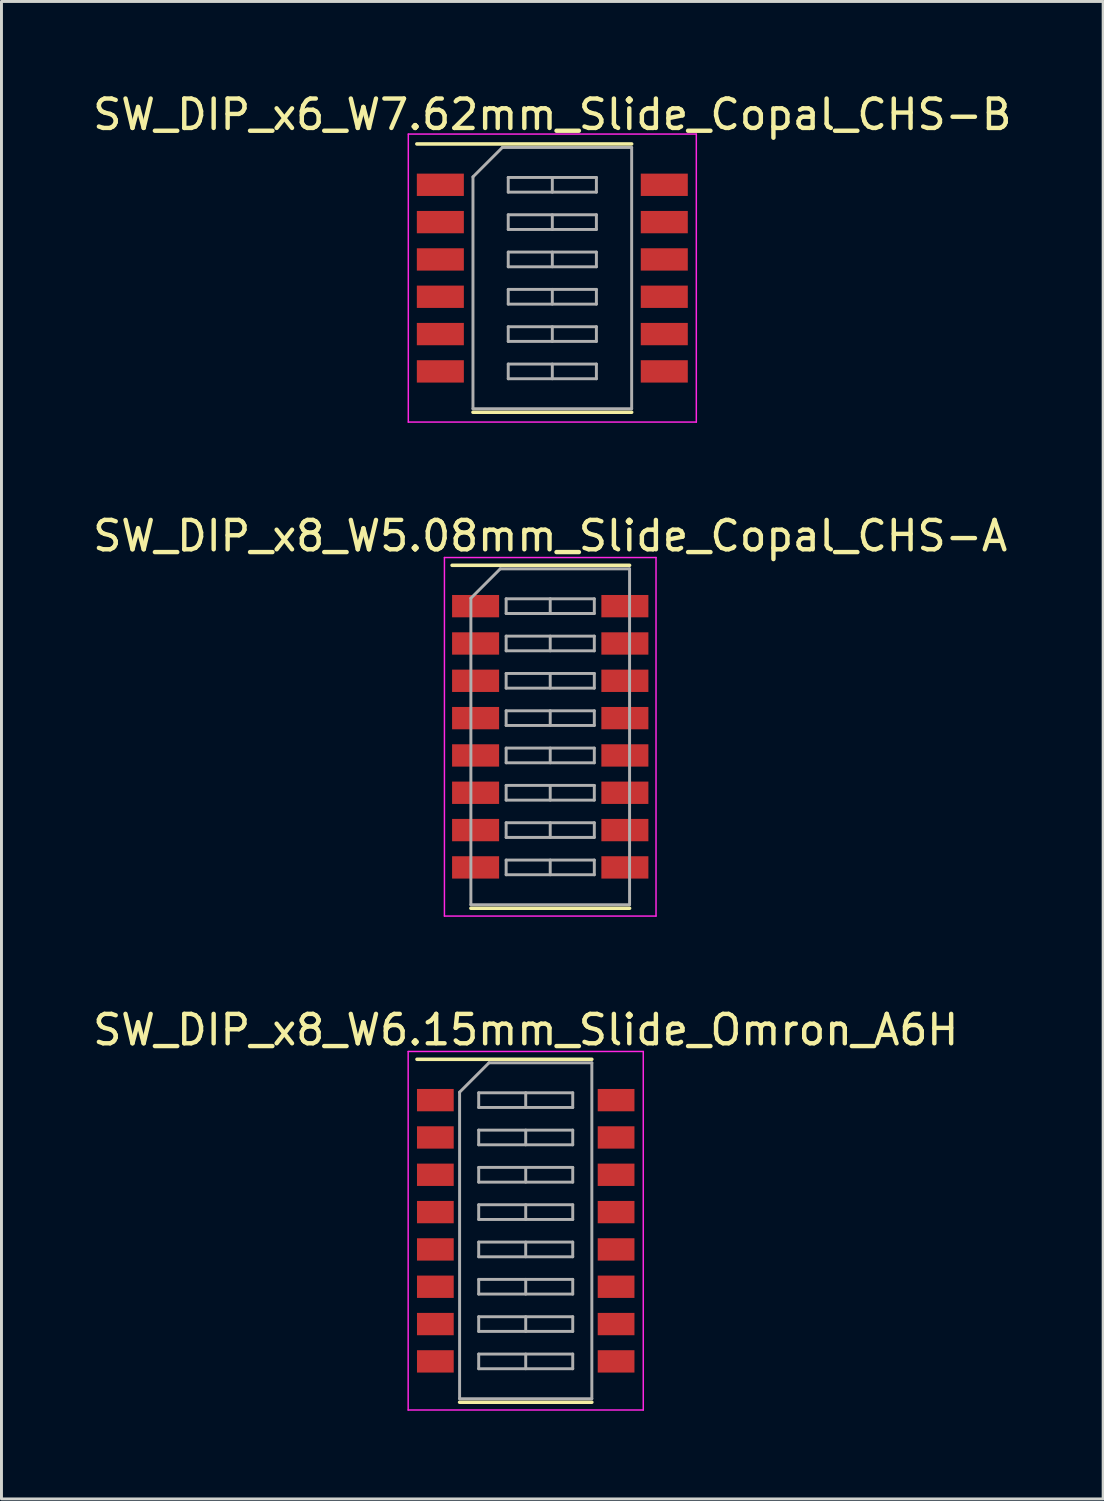
<source format=kicad_pcb>
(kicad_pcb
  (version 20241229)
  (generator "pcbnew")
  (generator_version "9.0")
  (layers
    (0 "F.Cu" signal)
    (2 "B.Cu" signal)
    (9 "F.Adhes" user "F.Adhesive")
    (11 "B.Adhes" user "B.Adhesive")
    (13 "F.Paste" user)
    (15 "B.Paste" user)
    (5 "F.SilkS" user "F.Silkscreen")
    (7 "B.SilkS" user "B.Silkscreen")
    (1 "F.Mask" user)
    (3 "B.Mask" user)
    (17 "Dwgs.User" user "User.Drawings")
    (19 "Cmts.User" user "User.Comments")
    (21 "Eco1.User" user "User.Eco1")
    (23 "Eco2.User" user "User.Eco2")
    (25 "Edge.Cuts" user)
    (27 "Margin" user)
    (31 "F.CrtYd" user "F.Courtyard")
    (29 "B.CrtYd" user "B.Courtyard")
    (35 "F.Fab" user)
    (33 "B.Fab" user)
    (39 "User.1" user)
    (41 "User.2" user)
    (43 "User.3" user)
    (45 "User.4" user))
  (footprint "SW_DIP_x8_W6.15mm_Slide_Omron_A6H"
    (layer "F.Cu")
    (at 14.839 38.83)
    (property "Reference" "SW_DIP_x8_W6.15mm_Slide_Omron_A6H" (at 0 -6.835 0) (layer "F.SilkS") (effects (font (size 1 1) (thickness 0.15))))
    (attr smd)
    (fp_line (start -3.7 -5.835) (end 2.25 -5.835) (stroke (width 0.12) (type solid)) (layer "F.SilkS"))
    (fp_line (start -2.25 5.835) (end 2.25 5.835) (stroke (width 0.12) (type solid)) (layer "F.SilkS"))
    (fp_line (start -4 -6.1) (end -4 6.1) (stroke (width 0.05) (type solid)) (layer "F.CrtYd"))
    (fp_line (start -4 6.1) (end 4 6.1) (stroke (width 0.05) (type solid)) (layer "F.CrtYd"))
    (fp_line (start 4 -6.1) (end -4 -6.1) (stroke (width 0.05) (type solid)) (layer "F.CrtYd"))
    (fp_line (start 4 6.1) (end 4 -6.1) (stroke (width 0.05) (type solid)) (layer "F.CrtYd"))
    (fp_line (start -2.25 -4.715) (end -1.25 -5.715) (stroke (width 0.1) (type solid)) (layer "F.Fab"))
    (fp_line (start -2.25 5.715) (end -2.25 -4.715) (stroke (width 0.1) (type solid)) (layer "F.Fab"))
    (fp_line (start -1.6 -4.695) (end -1.6 -4.195) (stroke (width 0.1) (type solid)) (layer "F.Fab"))
    (fp_line (start -1.6 -4.195) (end 1.6 -4.195) (stroke (width 0.1) (type solid)) (layer "F.Fab"))
    (fp_line (start -1.6 -3.425) (end -1.6 -2.925) (stroke (width 0.1) (type solid)) (layer "F.Fab"))
    (fp_line (start -1.6 -2.925) (end 1.6 -2.925) (stroke (width 0.1) (type solid)) (layer "F.Fab"))
    (fp_line (start -1.6 -2.155) (end -1.6 -1.655) (stroke (width 0.1) (type solid)) (layer "F.Fab"))
    (fp_line (start -1.6 -1.655) (end 1.6 -1.655) (stroke (width 0.1) (type solid)) (layer "F.Fab"))
    (fp_line (start -1.6 -0.885) (end -1.6 -0.385) (stroke (width 0.1) (type solid)) (layer "F.Fab"))
    (fp_line (start -1.6 -0.385) (end 1.6 -0.385) (stroke (width 0.1) (type solid)) (layer "F.Fab"))
    (fp_line (start -1.6 0.385) (end -1.6 0.885) (stroke (width 0.1) (type solid)) (layer "F.Fab"))
    (fp_line (start -1.6 0.885) (end 1.6 0.885) (stroke (width 0.1) (type solid)) (layer "F.Fab"))
    (fp_line (start -1.6 1.655) (end -1.6 2.155) (stroke (width 0.1) (type solid)) (layer "F.Fab"))
    (fp_line (start -1.6 2.155) (end 1.6 2.155) (stroke (width 0.1) (type solid)) (layer "F.Fab"))
    (fp_line (start -1.6 2.925) (end -1.6 3.425) (stroke (width 0.1) (type solid)) (layer "F.Fab"))
    (fp_line (start -1.6 3.425) (end 1.6 3.425) (stroke (width 0.1) (type solid)) (layer "F.Fab"))
    (fp_line (start -1.6 4.195) (end -1.6 4.695) (stroke (width 0.1) (type solid)) (layer "F.Fab"))
    (fp_line (start -1.6 4.695) (end 1.6 4.695) (stroke (width 0.1) (type solid)) (layer "F.Fab"))
    (fp_line (start -1.25 -5.715) (end 2.25 -5.715) (stroke (width 0.1) (type solid)) (layer "F.Fab"))
    (fp_line (start 0 -4.695) (end 0 -4.195) (stroke (width 0.1) (type solid)) (layer "F.Fab"))
    (fp_line (start 0 -3.425) (end 0 -2.925) (stroke (width 0.1) (type solid)) (layer "F.Fab"))
    (fp_line (start 0 -2.155) (end 0 -1.655) (stroke (width 0.1) (type solid)) (layer "F.Fab"))
    (fp_line (start 0 -0.885) (end 0 -0.385) (stroke (width 0.1) (type solid)) (layer "F.Fab"))
    (fp_line (start 0 0.385) (end 0 0.885) (stroke (width 0.1) (type solid)) (layer "F.Fab"))
    (fp_line (start 0 1.655) (end 0 2.155) (stroke (width 0.1) (type solid)) (layer "F.Fab"))
    (fp_line (start 0 2.925) (end 0 3.425) (stroke (width 0.1) (type solid)) (layer "F.Fab"))
    (fp_line (start 0 4.195) (end 0 4.695) (stroke (width 0.1) (type solid)) (layer "F.Fab"))
    (fp_line (start 1.6 -4.695) (end -1.6 -4.695) (stroke (width 0.1) (type solid)) (layer "F.Fab"))
    (fp_line (start 1.6 -4.195) (end 1.6 -4.695) (stroke (width 0.1) (type solid)) (layer "F.Fab"))
    (fp_line (start 1.6 -3.425) (end -1.6 -3.425) (stroke (width 0.1) (type solid)) (layer "F.Fab"))
    (fp_line (start 1.6 -2.925) (end 1.6 -3.425) (stroke (width 0.1) (type solid)) (layer "F.Fab"))
    (fp_line (start 1.6 -2.155) (end -1.6 -2.155) (stroke (width 0.1) (type solid)) (layer "F.Fab"))
    (fp_line (start 1.6 -1.655) (end 1.6 -2.155) (stroke (width 0.1) (type solid)) (layer "F.Fab"))
    (fp_line (start 1.6 -0.885) (end -1.6 -0.885) (stroke (width 0.1) (type solid)) (layer "F.Fab"))
    (fp_line (start 1.6 -0.385) (end 1.6 -0.885) (stroke (width 0.1) (type solid)) (layer "F.Fab"))
    (fp_line (start 1.6 0.385) (end -1.6 0.385) (stroke (width 0.1) (type solid)) (layer "F.Fab"))
    (fp_line (start 1.6 0.885) (end 1.6 0.385) (stroke (width 0.1) (type solid)) (layer "F.Fab"))
    (fp_line (start 1.6 1.655) (end -1.6 1.655) (stroke (width 0.1) (type solid)) (layer "F.Fab"))
    (fp_line (start 1.6 2.155) (end 1.6 1.655) (stroke (width 0.1) (type solid)) (layer "F.Fab"))
    (fp_line (start 1.6 2.925) (end -1.6 2.925) (stroke (width 0.1) (type solid)) (layer "F.Fab"))
    (fp_line (start 1.6 3.425) (end 1.6 2.925) (stroke (width 0.1) (type solid)) (layer "F.Fab"))
    (fp_line (start 1.6 4.195) (end -1.6 4.195) (stroke (width 0.1) (type solid)) (layer "F.Fab"))
    (fp_line (start 1.6 4.695) (end 1.6 4.195) (stroke (width 0.1) (type solid)) (layer "F.Fab"))
    (fp_line (start 2.25 -5.715) (end 2.25 5.715) (stroke (width 0.1) (type solid)) (layer "F.Fab"))
    (fp_line (start 2.25 5.715) (end -2.25 5.715) (stroke (width 0.1) (type solid)) (layer "F.Fab"))
    (pad "1" smd rect (at -3.075 -4.445) (size 1.25 0.76) (layers "F.Cu" "F.Mask"))
    (pad "2" smd rect (at -3.075 -3.175) (size 1.25 0.76) (layers "F.Cu" "F.Mask"))
    (pad "3" smd rect (at -3.075 -1.905) (size 1.25 0.76) (layers "F.Cu" "F.Mask"))
    (pad "4" smd rect (at -3.075 -0.635) (size 1.25 0.76) (layers "F.Cu" "F.Mask"))
    (pad "5" smd rect (at -3.075 0.635) (size 1.25 0.76) (layers "F.Cu" "F.Mask"))
    (pad "6" smd rect (at -3.075 1.905) (size 1.25 0.76) (layers "F.Cu" "F.Mask"))
    (pad "7" smd rect (at -3.075 3.175) (size 1.25 0.76) (layers "F.Cu" "F.Mask"))
    (pad "8" smd rect (at -3.075 4.445) (size 1.25 0.76) (layers "F.Cu" "F.Mask"))
    (pad "9" smd rect (at 3.075 4.445) (size 1.25 0.76) (layers "F.Cu" "F.Mask"))
    (pad "10" smd rect (at 3.075 3.175) (size 1.25 0.76) (layers "F.Cu" "F.Mask"))
    (pad "11" smd rect (at 3.075 1.905) (size 1.25 0.76) (layers "F.Cu" "F.Mask"))
    (pad "12" smd rect (at 3.075 0.635) (size 1.25 0.76) (layers "F.Cu" "F.Mask"))
    (pad "13" smd rect (at 3.075 -0.635) (size 1.25 0.76) (layers "F.Cu" "F.Mask"))
    (pad "14" smd rect (at 3.075 -1.905) (size 1.25 0.76) (layers "F.Cu" "F.Mask"))
    (pad "15" smd rect (at 3.075 -3.175) (size 1.25 0.76) (layers "F.Cu" "F.Mask"))
    (pad "16" smd rect (at 3.075 -4.445) (size 1.25 0.76) (layers "F.Cu" "F.Mask")))
  (footprint "SW_DIP_x8_W5.08mm_Slide_Copal_CHS-A"
    (layer "F.Cu")
    (at 15.673 22.021)
    (property "Reference" "SW_DIP_x8_W5.08mm_Slide_Copal_CHS-A" (at 0 -6.835 0) (layer "F.SilkS") (effects (font (size 1 1) (thickness 0.15))))
    (attr smd)
    (fp_line (start -3.34 -5.835) (end 2.7 -5.835) (stroke (width 0.12) (type solid)) (layer "F.SilkS"))
    (fp_line (start -2.7 5.835) (end 2.7 5.835) (stroke (width 0.12) (type solid)) (layer "F.SilkS"))
    (fp_line (start -3.6 -6.1) (end -3.6 6.1) (stroke (width 0.05) (type solid)) (layer "F.CrtYd"))
    (fp_line (start -3.6 6.1) (end 3.6 6.1) (stroke (width 0.05) (type solid)) (layer "F.CrtYd"))
    (fp_line (start 3.6 -6.1) (end -3.6 -6.1) (stroke (width 0.05) (type solid)) (layer "F.CrtYd"))
    (fp_line (start 3.6 6.1) (end 3.6 -6.1) (stroke (width 0.05) (type solid)) (layer "F.CrtYd"))
    (fp_line (start -2.7 -4.715) (end -1.7 -5.715) (stroke (width 0.1) (type solid)) (layer "F.Fab"))
    (fp_line (start -2.7 5.715) (end -2.7 -4.715) (stroke (width 0.1) (type solid)) (layer "F.Fab"))
    (fp_line (start -1.7 -5.715) (end 2.7 -5.715) (stroke (width 0.1) (type solid)) (layer "F.Fab"))
    (fp_line (start -1.5 -4.695) (end -1.5 -4.195) (stroke (width 0.1) (type solid)) (layer "F.Fab"))
    (fp_line (start -1.5 -4.195) (end 1.5 -4.195) (stroke (width 0.1) (type solid)) (layer "F.Fab"))
    (fp_line (start -1.5 -3.425) (end -1.5 -2.925) (stroke (width 0.1) (type solid)) (layer "F.Fab"))
    (fp_line (start -1.5 -2.925) (end 1.5 -2.925) (stroke (width 0.1) (type solid)) (layer "F.Fab"))
    (fp_line (start -1.5 -2.155) (end -1.5 -1.655) (stroke (width 0.1) (type solid)) (layer "F.Fab"))
    (fp_line (start -1.5 -1.655) (end 1.5 -1.655) (stroke (width 0.1) (type solid)) (layer "F.Fab"))
    (fp_line (start -1.5 -0.885) (end -1.5 -0.385) (stroke (width 0.1) (type solid)) (layer "F.Fab"))
    (fp_line (start -1.5 -0.385) (end 1.5 -0.385) (stroke (width 0.1) (type solid)) (layer "F.Fab"))
    (fp_line (start -1.5 0.385) (end -1.5 0.885) (stroke (width 0.1) (type solid)) (layer "F.Fab"))
    (fp_line (start -1.5 0.885) (end 1.5 0.885) (stroke (width 0.1) (type solid)) (layer "F.Fab"))
    (fp_line (start -1.5 1.655) (end -1.5 2.155) (stroke (width 0.1) (type solid)) (layer "F.Fab"))
    (fp_line (start -1.5 2.155) (end 1.5 2.155) (stroke (width 0.1) (type solid)) (layer "F.Fab"))
    (fp_line (start -1.5 2.925) (end -1.5 3.425) (stroke (width 0.1) (type solid)) (layer "F.Fab"))
    (fp_line (start -1.5 3.425) (end 1.5 3.425) (stroke (width 0.1) (type solid)) (layer "F.Fab"))
    (fp_line (start -1.5 4.195) (end -1.5 4.695) (stroke (width 0.1) (type solid)) (layer "F.Fab"))
    (fp_line (start -1.5 4.695) (end 1.5 4.695) (stroke (width 0.1) (type solid)) (layer "F.Fab"))
    (fp_line (start 0 -4.695) (end 0 -4.195) (stroke (width 0.1) (type solid)) (layer "F.Fab"))
    (fp_line (start 0 -3.425) (end 0 -2.925) (stroke (width 0.1) (type solid)) (layer "F.Fab"))
    (fp_line (start 0 -2.155) (end 0 -1.655) (stroke (width 0.1) (type solid)) (layer "F.Fab"))
    (fp_line (start 0 -0.885) (end 0 -0.385) (stroke (width 0.1) (type solid)) (layer "F.Fab"))
    (fp_line (start 0 0.385) (end 0 0.885) (stroke (width 0.1) (type solid)) (layer "F.Fab"))
    (fp_line (start 0 1.655) (end 0 2.155) (stroke (width 0.1) (type solid)) (layer "F.Fab"))
    (fp_line (start 0 2.925) (end 0 3.425) (stroke (width 0.1) (type solid)) (layer "F.Fab"))
    (fp_line (start 0 4.195) (end 0 4.695) (stroke (width 0.1) (type solid)) (layer "F.Fab"))
    (fp_line (start 1.5 -4.695) (end -1.5 -4.695) (stroke (width 0.1) (type solid)) (layer "F.Fab"))
    (fp_line (start 1.5 -4.195) (end 1.5 -4.695) (stroke (width 0.1) (type solid)) (layer "F.Fab"))
    (fp_line (start 1.5 -3.425) (end -1.5 -3.425) (stroke (width 0.1) (type solid)) (layer "F.Fab"))
    (fp_line (start 1.5 -2.925) (end 1.5 -3.425) (stroke (width 0.1) (type solid)) (layer "F.Fab"))
    (fp_line (start 1.5 -2.155) (end -1.5 -2.155) (stroke (width 0.1) (type solid)) (layer "F.Fab"))
    (fp_line (start 1.5 -1.655) (end 1.5 -2.155) (stroke (width 0.1) (type solid)) (layer "F.Fab"))
    (fp_line (start 1.5 -0.885) (end -1.5 -0.885) (stroke (width 0.1) (type solid)) (layer "F.Fab"))
    (fp_line (start 1.5 -0.385) (end 1.5 -0.885) (stroke (width 0.1) (type solid)) (layer "F.Fab"))
    (fp_line (start 1.5 0.385) (end -1.5 0.385) (stroke (width 0.1) (type solid)) (layer "F.Fab"))
    (fp_line (start 1.5 0.885) (end 1.5 0.385) (stroke (width 0.1) (type solid)) (layer "F.Fab"))
    (fp_line (start 1.5 1.655) (end -1.5 1.655) (stroke (width 0.1) (type solid)) (layer "F.Fab"))
    (fp_line (start 1.5 2.155) (end 1.5 1.655) (stroke (width 0.1) (type solid)) (layer "F.Fab"))
    (fp_line (start 1.5 2.925) (end -1.5 2.925) (stroke (width 0.1) (type solid)) (layer "F.Fab"))
    (fp_line (start 1.5 3.425) (end 1.5 2.925) (stroke (width 0.1) (type solid)) (layer "F.Fab"))
    (fp_line (start 1.5 4.195) (end -1.5 4.195) (stroke (width 0.1) (type solid)) (layer "F.Fab"))
    (fp_line (start 1.5 4.695) (end 1.5 4.195) (stroke (width 0.1) (type solid)) (layer "F.Fab"))
    (fp_line (start 2.7 -5.715) (end 2.7 5.715) (stroke (width 0.1) (type solid)) (layer "F.Fab"))
    (fp_line (start 2.7 5.715) (end -2.7 5.715) (stroke (width 0.1) (type solid)) (layer "F.Fab"))
    (pad "1" smd rect (at -2.54 -4.445) (size 1.6 0.76) (layers "F.Cu" "F.Mask"))
    (pad "2" smd rect (at -2.54 -3.175) (size 1.6 0.76) (layers "F.Cu" "F.Mask"))
    (pad "3" smd rect (at -2.54 -1.905) (size 1.6 0.76) (layers "F.Cu" "F.Mask"))
    (pad "4" smd rect (at -2.54 -0.635) (size 1.6 0.76) (layers "F.Cu" "F.Mask"))
    (pad "5" smd rect (at -2.54 0.635) (size 1.6 0.76) (layers "F.Cu" "F.Mask"))
    (pad "6" smd rect (at -2.54 1.905) (size 1.6 0.76) (layers "F.Cu" "F.Mask"))
    (pad "7" smd rect (at -2.54 3.175) (size 1.6 0.76) (layers "F.Cu" "F.Mask"))
    (pad "8" smd rect (at -2.54 4.445) (size 1.6 0.76) (layers "F.Cu" "F.Mask"))
    (pad "9" smd rect (at 2.54 4.445) (size 1.6 0.76) (layers "F.Cu" "F.Mask"))
    (pad "10" smd rect (at 2.54 3.175) (size 1.6 0.76) (layers "F.Cu" "F.Mask"))
    (pad "11" smd rect (at 2.54 1.905) (size 1.6 0.76) (layers "F.Cu" "F.Mask"))
    (pad "12" smd rect (at 2.54 0.635) (size 1.6 0.76) (layers "F.Cu" "F.Mask"))
    (pad "13" smd rect (at 2.54 -0.635) (size 1.6 0.76) (layers "F.Cu" "F.Mask"))
    (pad "14" smd rect (at 2.54 -1.905) (size 1.6 0.76) (layers "F.Cu" "F.Mask"))
    (pad "15" smd rect (at 2.54 -3.175) (size 1.6 0.76) (layers "F.Cu" "F.Mask"))
    (pad "16" smd rect (at 2.54 -4.445) (size 1.6 0.76) (layers "F.Cu" "F.Mask")))
  (footprint "SW_DIP_x6_W7.62mm_Slide_Copal_CHS-B"
    (layer "F.Cu")
    (at 15.744 6.413)
    (property "Reference" "SW_DIP_x6_W7.62mm_Slide_Copal_CHS-B" (at 0 -5.565 0) (layer "F.SilkS") (effects (font (size 1 1) (thickness 0.15))))
    (attr smd)
    (fp_line (start -4.61 -4.565) (end 2.7 -4.565) (stroke (width 0.12) (type solid)) (layer "F.SilkS"))
    (fp_line (start -2.7 4.565) (end 2.7 4.565) (stroke (width 0.12) (type solid)) (layer "F.SilkS"))
    (fp_line (start -4.9 -4.9) (end -4.9 4.9) (stroke (width 0.05) (type solid)) (layer "F.CrtYd"))
    (fp_line (start -4.9 4.9) (end 4.9 4.9) (stroke (width 0.05) (type solid)) (layer "F.CrtYd"))
    (fp_line (start 4.9 -4.9) (end -4.9 -4.9) (stroke (width 0.05) (type solid)) (layer "F.CrtYd"))
    (fp_line (start 4.9 4.9) (end 4.9 -4.9) (stroke (width 0.05) (type solid)) (layer "F.CrtYd"))
    (fp_line (start -2.7 -3.445) (end -1.7 -4.445) (stroke (width 0.1) (type solid)) (layer "F.Fab"))
    (fp_line (start -2.7 4.445) (end -2.7 -3.445) (stroke (width 0.1) (type solid)) (layer "F.Fab"))
    (fp_line (start -1.7 -4.445) (end 2.7 -4.445) (stroke (width 0.1) (type solid)) (layer "F.Fab"))
    (fp_line (start -1.5 -3.425) (end -1.5 -2.925) (stroke (width 0.1) (type solid)) (layer "F.Fab"))
    (fp_line (start -1.5 -2.925) (end 1.5 -2.925) (stroke (width 0.1) (type solid)) (layer "F.Fab"))
    (fp_line (start -1.5 -2.155) (end -1.5 -1.655) (stroke (width 0.1) (type solid)) (layer "F.Fab"))
    (fp_line (start -1.5 -1.655) (end 1.5 -1.655) (stroke (width 0.1) (type solid)) (layer "F.Fab"))
    (fp_line (start -1.5 -0.885) (end -1.5 -0.385) (stroke (width 0.1) (type solid)) (layer "F.Fab"))
    (fp_line (start -1.5 -0.385) (end 1.5 -0.385) (stroke (width 0.1) (type solid)) (layer "F.Fab"))
    (fp_line (start -1.5 0.385) (end -1.5 0.885) (stroke (width 0.1) (type solid)) (layer "F.Fab"))
    (fp_line (start -1.5 0.885) (end 1.5 0.885) (stroke (width 0.1) (type solid)) (layer "F.Fab"))
    (fp_line (start -1.5 1.655) (end -1.5 2.155) (stroke (width 0.1) (type solid)) (layer "F.Fab"))
    (fp_line (start -1.5 2.155) (end 1.5 2.155) (stroke (width 0.1) (type solid)) (layer "F.Fab"))
    (fp_line (start -1.5 2.925) (end -1.5 3.425) (stroke (width 0.1) (type solid)) (layer "F.Fab"))
    (fp_line (start -1.5 3.425) (end 1.5 3.425) (stroke (width 0.1) (type solid)) (layer "F.Fab"))
    (fp_line (start 0 -3.425) (end 0 -2.925) (stroke (width 0.1) (type solid)) (layer "F.Fab"))
    (fp_line (start 0 -2.155) (end 0 -1.655) (stroke (width 0.1) (type solid)) (layer "F.Fab"))
    (fp_line (start 0 -0.885) (end 0 -0.385) (stroke (width 0.1) (type solid)) (layer "F.Fab"))
    (fp_line (start 0 0.385) (end 0 0.885) (stroke (width 0.1) (type solid)) (layer "F.Fab"))
    (fp_line (start 0 1.655) (end 0 2.155) (stroke (width 0.1) (type solid)) (layer "F.Fab"))
    (fp_line (start 0 2.925) (end 0 3.425) (stroke (width 0.1) (type solid)) (layer "F.Fab"))
    (fp_line (start 1.5 -3.425) (end -1.5 -3.425) (stroke (width 0.1) (type solid)) (layer "F.Fab"))
    (fp_line (start 1.5 -2.925) (end 1.5 -3.425) (stroke (width 0.1) (type solid)) (layer "F.Fab"))
    (fp_line (start 1.5 -2.155) (end -1.5 -2.155) (stroke (width 0.1) (type solid)) (layer "F.Fab"))
    (fp_line (start 1.5 -1.655) (end 1.5 -2.155) (stroke (width 0.1) (type solid)) (layer "F.Fab"))
    (fp_line (start 1.5 -0.885) (end -1.5 -0.885) (stroke (width 0.1) (type solid)) (layer "F.Fab"))
    (fp_line (start 1.5 -0.385) (end 1.5 -0.885) (stroke (width 0.1) (type solid)) (layer "F.Fab"))
    (fp_line (start 1.5 0.385) (end -1.5 0.385) (stroke (width 0.1) (type solid)) (layer "F.Fab"))
    (fp_line (start 1.5 0.885) (end 1.5 0.385) (stroke (width 0.1) (type solid)) (layer "F.Fab"))
    (fp_line (start 1.5 1.655) (end -1.5 1.655) (stroke (width 0.1) (type solid)) (layer "F.Fab"))
    (fp_line (start 1.5 2.155) (end 1.5 1.655) (stroke (width 0.1) (type solid)) (layer "F.Fab"))
    (fp_line (start 1.5 2.925) (end -1.5 2.925) (stroke (width 0.1) (type solid)) (layer "F.Fab"))
    (fp_line (start 1.5 3.425) (end 1.5 2.925) (stroke (width 0.1) (type solid)) (layer "F.Fab"))
    (fp_line (start 2.7 -4.445) (end 2.7 4.445) (stroke (width 0.1) (type solid)) (layer "F.Fab"))
    (fp_line (start 2.7 4.445) (end -2.7 4.445) (stroke (width 0.1) (type solid)) (layer "F.Fab"))
    (pad "1" smd rect (at -3.81 -3.175) (size 1.6 0.76) (layers "F.Cu" "F.Mask"))
    (pad "2" smd rect (at -3.81 -1.905) (size 1.6 0.76) (layers "F.Cu" "F.Mask"))
    (pad "3" smd rect (at -3.81 -0.635) (size 1.6 0.76) (layers "F.Cu" "F.Mask"))
    (pad "4" smd rect (at -3.81 0.635) (size 1.6 0.76) (layers "F.Cu" "F.Mask"))
    (pad "5" smd rect (at -3.81 1.905) (size 1.6 0.76) (layers "F.Cu" "F.Mask"))
    (pad "6" smd rect (at -3.81 3.175) (size 1.6 0.76) (layers "F.Cu" "F.Mask"))
    (pad "7" smd rect (at 3.81 3.175) (size 1.6 0.76) (layers "F.Cu" "F.Mask"))
    (pad "8" smd rect (at 3.81 1.905) (size 1.6 0.76) (layers "F.Cu" "F.Mask"))
    (pad "9" smd rect (at 3.81 0.635) (size 1.6 0.76) (layers "F.Cu" "F.Mask"))
    (pad "10" smd rect (at 3.81 -0.635) (size 1.6 0.76) (layers "F.Cu" "F.Mask"))
    (pad "11" smd rect (at 3.81 -1.905) (size 1.6 0.76) (layers "F.Cu" "F.Mask"))
    (pad "12" smd rect (at 3.81 -3.175) (size 1.6 0.76) (layers "F.Cu" "F.Mask")))
  (gr_rect
    (start -3 -3)
    (end 34.488 47.955)
    (stroke (width 0.1) (type default))
    (fill no)
    (layer "Edge.Cuts")))
</source>
